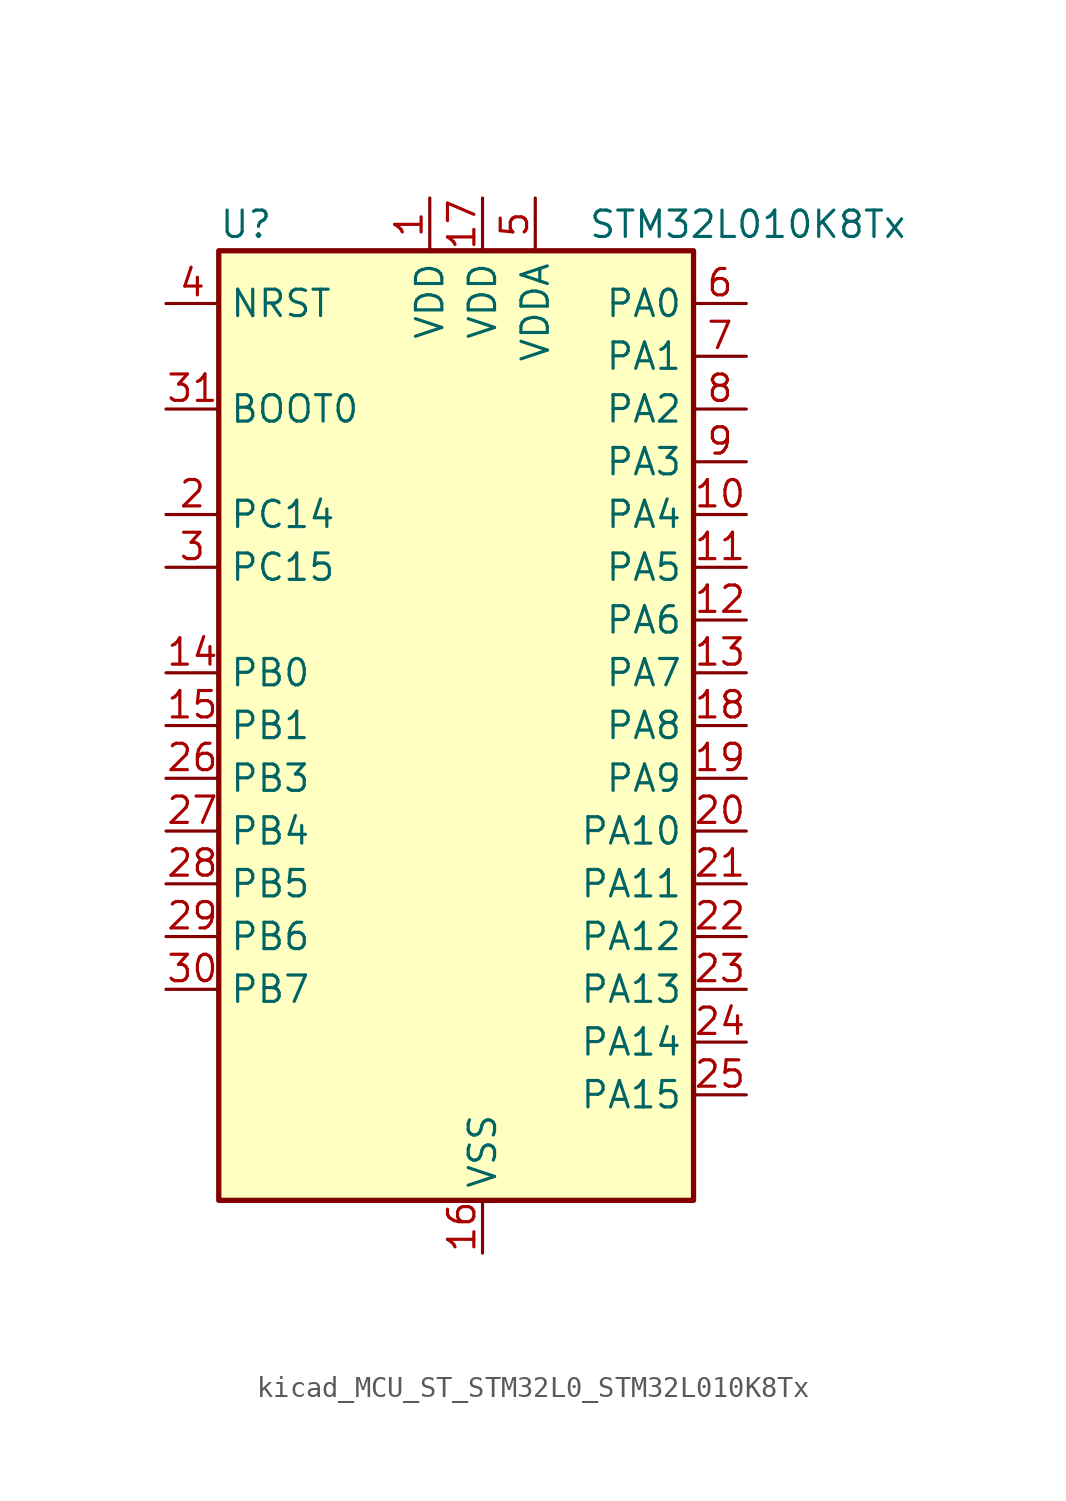
<source format=kicad_sym>
(kicad_symbol_lib
  (version 20220914)
  (generator kicad_symbol_editor)
  (symbol "kicad_MCU_ST_STM32L0_STM32L010K8Tx"
    (property "Reference" "U"
      (at -10.16 24.13 0)
      (effects (font (size 1.27 1.27)) (justify left)))
    (property "Value" "STM32L010K8Tx"
      (at 7.62 24.13 0)
      (effects (font (size 1.27 1.27)) (justify left)))
    (property "ki_locked" ""
      (at 0 0 0)
      (effects (font (size 1.27 1.27))))
    (symbol "kicad_MCU_ST_STM32L0_STM32L010K8Tx_0_1"
      (rectangle (start -10.16 -22.86) (end 12.7 22.86) (stroke (width 0.254) (type default)) (fill (type background))))
    (symbol "kicad_MCU_ST_STM32L0_STM32L010K8Tx_1_1"
      (pin power_in line (at 0 25.4 270) (length 2.54) (name "VDD" (effects (font (size 1.27 1.27)))) (number "1" (effects (font (size 1.27 1.27)))))
      (pin bidirectional line (at 15.24 10.16 180) (length 2.54) (name "PA4" (effects (font (size 1.27 1.27)))) (number "10" (effects (font (size 1.27 1.27)))) (alternate "ADC_IN4" bidirectional line) (alternate "SPI1_NSS" bidirectional line) (alternate "USART2_CK" bidirectional line))
      (pin bidirectional line (at 15.24 7.62 180) (length 2.54) (name "PA5" (effects (font (size 1.27 1.27)))) (number "11" (effects (font (size 1.27 1.27)))) (alternate "ADC_IN5" bidirectional line) (alternate "SPI1_SCK" bidirectional line) (alternate "TIM2_CH1" bidirectional line) (alternate "TIM2_ETR" bidirectional line))
      (pin bidirectional line (at 15.24 5.08 180) (length 2.54) (name "PA6" (effects (font (size 1.27 1.27)))) (number "12" (effects (font (size 1.27 1.27)))) (alternate "ADC_IN6" bidirectional line) (alternate "SPI1_MISO" bidirectional line))
      (pin bidirectional line (at 15.24 2.54 180) (length 2.54) (name "PA7" (effects (font (size 1.27 1.27)))) (number "13" (effects (font (size 1.27 1.27)))) (alternate "ADC_IN7" bidirectional line) (alternate "SPI1_MOSI" bidirectional line))
      (pin bidirectional line (at -12.7 2.54 0) (length 2.54) (name "PB0" (effects (font (size 1.27 1.27)))) (number "14" (effects (font (size 1.27 1.27)))) (alternate "ADC_IN8" bidirectional line) (alternate "SYS_VREF_OUT_PB0" bidirectional line))
      (pin bidirectional line (at -12.7 0 0) (length 2.54) (name "PB1" (effects (font (size 1.27 1.27)))) (number "15" (effects (font (size 1.27 1.27)))) (alternate "ADC_IN9" bidirectional line) (alternate "SYS_VREF_OUT_PB1" bidirectional line))
      (pin power_in line (at 2.54 -25.4 90) (length 2.54) (name "VSS" (effects (font (size 1.27 1.27)))) (number "16" (effects (font (size 1.27 1.27)))))
      (pin power_in line (at 2.54 25.4 270) (length 2.54) (name "VDD" (effects (font (size 1.27 1.27)))) (number "17" (effects (font (size 1.27 1.27)))))
      (pin bidirectional line (at 15.24 0 180) (length 2.54) (name "PA8" (effects (font (size 1.27 1.27)))) (number "18" (effects (font (size 1.27 1.27)))) (alternate "RCC_MCO" bidirectional line))
      (pin bidirectional line (at 15.24 -2.54 180) (length 2.54) (name "PA9" (effects (font (size 1.27 1.27)))) (number "19" (effects (font (size 1.27 1.27)))) (alternate "RCC_MCO" bidirectional line))
      (pin bidirectional line (at -12.7 10.16 0) (length 2.54) (name "PC14" (effects (font (size 1.27 1.27)))) (number "2" (effects (font (size 1.27 1.27)))) (alternate "RCC_OSC32_IN" bidirectional line))
      (pin bidirectional line (at 15.24 -5.08 180) (length 2.54) (name "PA10" (effects (font (size 1.27 1.27)))) (number "20" (effects (font (size 1.27 1.27)))))
      (pin bidirectional line (at 15.24 -7.62 180) (length 2.54) (name "PA11" (effects (font (size 1.27 1.27)))) (number "21" (effects (font (size 1.27 1.27)))) (alternate "ADC_EXTI11" bidirectional line) (alternate "SPI1_MISO" bidirectional line))
      (pin bidirectional line (at 15.24 -10.16 180) (length 2.54) (name "PA12" (effects (font (size 1.27 1.27)))) (number "22" (effects (font (size 1.27 1.27)))) (alternate "SPI1_MOSI" bidirectional line))
      (pin bidirectional line (at 15.24 -12.7 180) (length 2.54) (name "PA13" (effects (font (size 1.27 1.27)))) (number "23" (effects (font (size 1.27 1.27)))) (alternate "SYS_SWDIO" bidirectional line))
      (pin bidirectional line (at 15.24 -15.24 180) (length 2.54) (name "PA14" (effects (font (size 1.27 1.27)))) (number "24" (effects (font (size 1.27 1.27)))) (alternate "SYS_SWCLK" bidirectional line) (alternate "USART2_TX" bidirectional line))
      (pin bidirectional line (at 15.24 -17.78 180) (length 2.54) (name "PA15" (effects (font (size 1.27 1.27)))) (number "25" (effects (font (size 1.27 1.27)))) (alternate "SPI1_NSS" bidirectional line) (alternate "TIM2_CH1" bidirectional line) (alternate "TIM2_ETR" bidirectional line) (alternate "USART2_RX" bidirectional line))
      (pin bidirectional line (at -12.7 -2.54 0) (length 2.54) (name "PB3" (effects (font (size 1.27 1.27)))) (number "26" (effects (font (size 1.27 1.27)))) (alternate "SPI1_SCK" bidirectional line) (alternate "TIM2_CH2" bidirectional line))
      (pin bidirectional line (at -12.7 -5.08 0) (length 2.54) (name "PB4" (effects (font (size 1.27 1.27)))) (number "27" (effects (font (size 1.27 1.27)))) (alternate "SPI1_MISO" bidirectional line))
      (pin bidirectional line (at -12.7 -7.62 0) (length 2.54) (name "PB5" (effects (font (size 1.27 1.27)))) (number "28" (effects (font (size 1.27 1.27)))) (alternate "I2C1_SMBA" bidirectional line) (alternate "LPTIM1_IN1" bidirectional line) (alternate "SPI1_MOSI" bidirectional line))
      (pin bidirectional line (at -12.7 -10.16 0) (length 2.54) (name "PB6" (effects (font (size 1.27 1.27)))) (number "29" (effects (font (size 1.27 1.27)))) (alternate "I2C1_SCL" bidirectional line) (alternate "LPTIM1_ETR" bidirectional line))
      (pin bidirectional line (at -12.7 7.62 0) (length 2.54) (name "PC15" (effects (font (size 1.27 1.27)))) (number "3" (effects (font (size 1.27 1.27)))) (alternate "RCC_OSC32_OUT" bidirectional line))
      (pin bidirectional line (at -12.7 -12.7 0) (length 2.54) (name "PB7" (effects (font (size 1.27 1.27)))) (number "30" (effects (font (size 1.27 1.27)))) (alternate "I2C1_SDA" bidirectional line) (alternate "LPTIM1_IN2" bidirectional line) (alternate "SYS_PVD_IN" bidirectional line))
      (pin input line (at -12.7 15.24 0) (length 2.54) (name "BOOT0" (effects (font (size 1.27 1.27)))) (number "31" (effects (font (size 1.27 1.27)))))
      (pin passive line (at 2.54 -25.4 90) (length 2.54) hide (name "VSS" (effects (font (size 1.27 1.27)))) (number "32" (effects (font (size 1.27 1.27)))))
      (pin input line (at -12.7 20.32 0) (length 2.54) (name "NRST" (effects (font (size 1.27 1.27)))) (number "4" (effects (font (size 1.27 1.27)))))
      (pin power_in line (at 5.08 25.4 270) (length 2.54) (name "VDDA" (effects (font (size 1.27 1.27)))) (number "5" (effects (font (size 1.27 1.27)))))
      (pin bidirectional line (at 15.24 20.32 180) (length 2.54) (name "PA0" (effects (font (size 1.27 1.27)))) (number "6" (effects (font (size 1.27 1.27)))) (alternate "ADC_IN0" bidirectional line) (alternate "RTC_TAMP2" bidirectional line) (alternate "SYS_WKUP1" bidirectional line) (alternate "TIM2_CH1" bidirectional line) (alternate "TIM2_ETR" bidirectional line) (alternate "USART2_CTS" bidirectional line))
      (pin bidirectional line (at 15.24 17.78 180) (length 2.54) (name "PA1" (effects (font (size 1.27 1.27)))) (number "7" (effects (font (size 1.27 1.27)))) (alternate "ADC_IN1" bidirectional line) (alternate "TIM21_ETR" bidirectional line) (alternate "TIM2_CH2" bidirectional line) (alternate "USART2_DE" bidirectional line) (alternate "USART2_RTS" bidirectional line))
      (pin bidirectional line (at 15.24 15.24 180) (length 2.54) (name "PA2" (effects (font (size 1.27 1.27)))) (number "8" (effects (font (size 1.27 1.27)))) (alternate "ADC_IN2" bidirectional line) (alternate "TIM21_CH1" bidirectional line) (alternate "TIM2_CH3" bidirectional line) (alternate "USART2_TX" bidirectional line))
      (pin bidirectional line (at 15.24 12.7 180) (length 2.54) (name "PA3" (effects (font (size 1.27 1.27)))) (number "9" (effects (font (size 1.27 1.27)))) (alternate "ADC_IN3" bidirectional line) (alternate "TIM21_CH2" bidirectional line) (alternate "TIM2_CH4" bidirectional line) (alternate "USART2_RX" bidirectional line)))))
</source>
